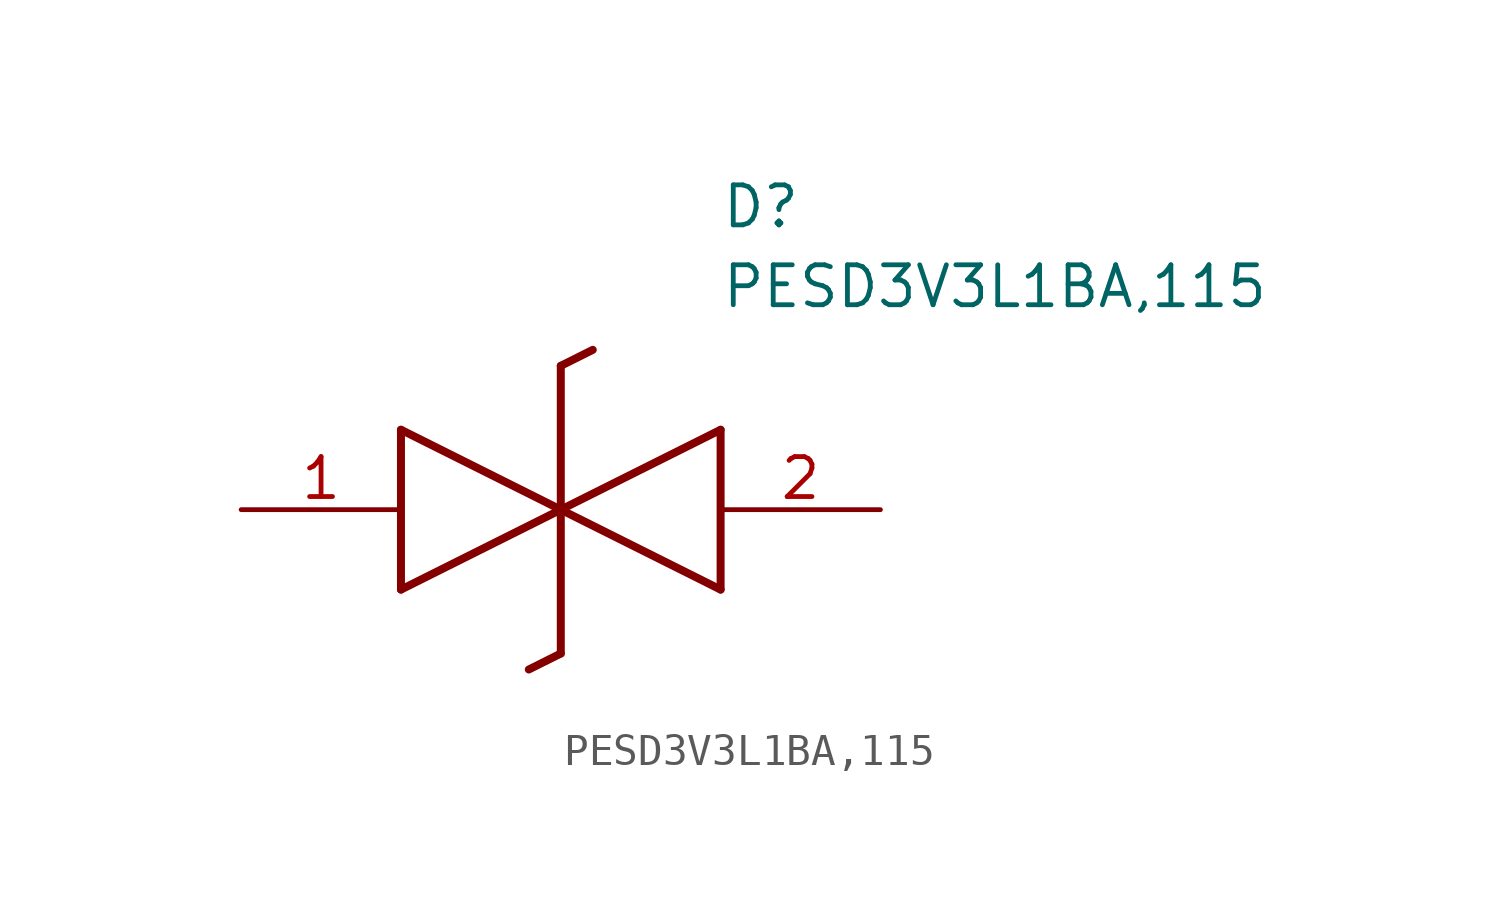
<source format=kicad_sym>
(kicad_symbol_lib
  (version 20211014)
  (generator SamacSys_ECAD_Model)
  (symbol "PESD3V3L1BA,115"
    (pin_names hide)
    (property "Reference" "D"
      (at 15.24 8.89 0)
      (effects (font (size 1.27 1.27)) (justify left bottom)))
    (property "Value" "PESD3V3L1BA,115"
      (at 15.24 6.35 0)
      (effects (font (size 1.27 1.27)) (justify left bottom)))
    (polyline
      (pts (xy 10.16 0) (xy 5.08 -2.54))
      (stroke (width 0.254) (type default))
      (fill (type none)))
    (polyline
      (pts (xy 5.08 2.54) (xy 5.08 -2.54))
      (stroke (width 0.254) (type default))
      (fill (type none)))
    (polyline
      (pts (xy 5.08 2.54) (xy 10.16 0))
      (stroke (width 0.254) (type default))
      (fill (type none)))
    (polyline
      (pts (xy 10.16 0) (xy 15.24 -2.54))
      (stroke (width 0.254) (type default))
      (fill (type none)))
    (polyline
      (pts (xy 15.24 2.54) (xy 15.24 -2.54))
      (stroke (width 0.254) (type default))
      (fill (type none)))
    (polyline
      (pts (xy 15.24 2.54) (xy 10.16 0))
      (stroke (width 0.254) (type default))
      (fill (type none)))
    (polyline
      (pts (xy 10.16 -4.572) (xy 10.16 4.572))
      (stroke (width 0.254) (type default))
      (fill (type none)))
    (polyline
      (pts (xy 11.176 5.08) (xy 10.16 4.572))
      (stroke (width 0.254) (type default))
      (fill (type none)))
    (polyline
      (pts (xy 10.16 -4.572) (xy 9.144 -5.08))
      (stroke (width 0.254) (type default))
      (fill (type none)))
    (pin passive line
      (at 0 0 0)
      (length 5.08)
      (name "K1" (effects (font (size 1.27 1.27))))
      (number "1" (effects (font (size 1.27 1.27)))))
    (pin passive line
      (at 20.32 0 180)
      (length 5.08)
      (name "K2" (effects (font (size 1.27 1.27))))
      (number "2" (effects (font (size 1.27 1.27)))))))
</source>
